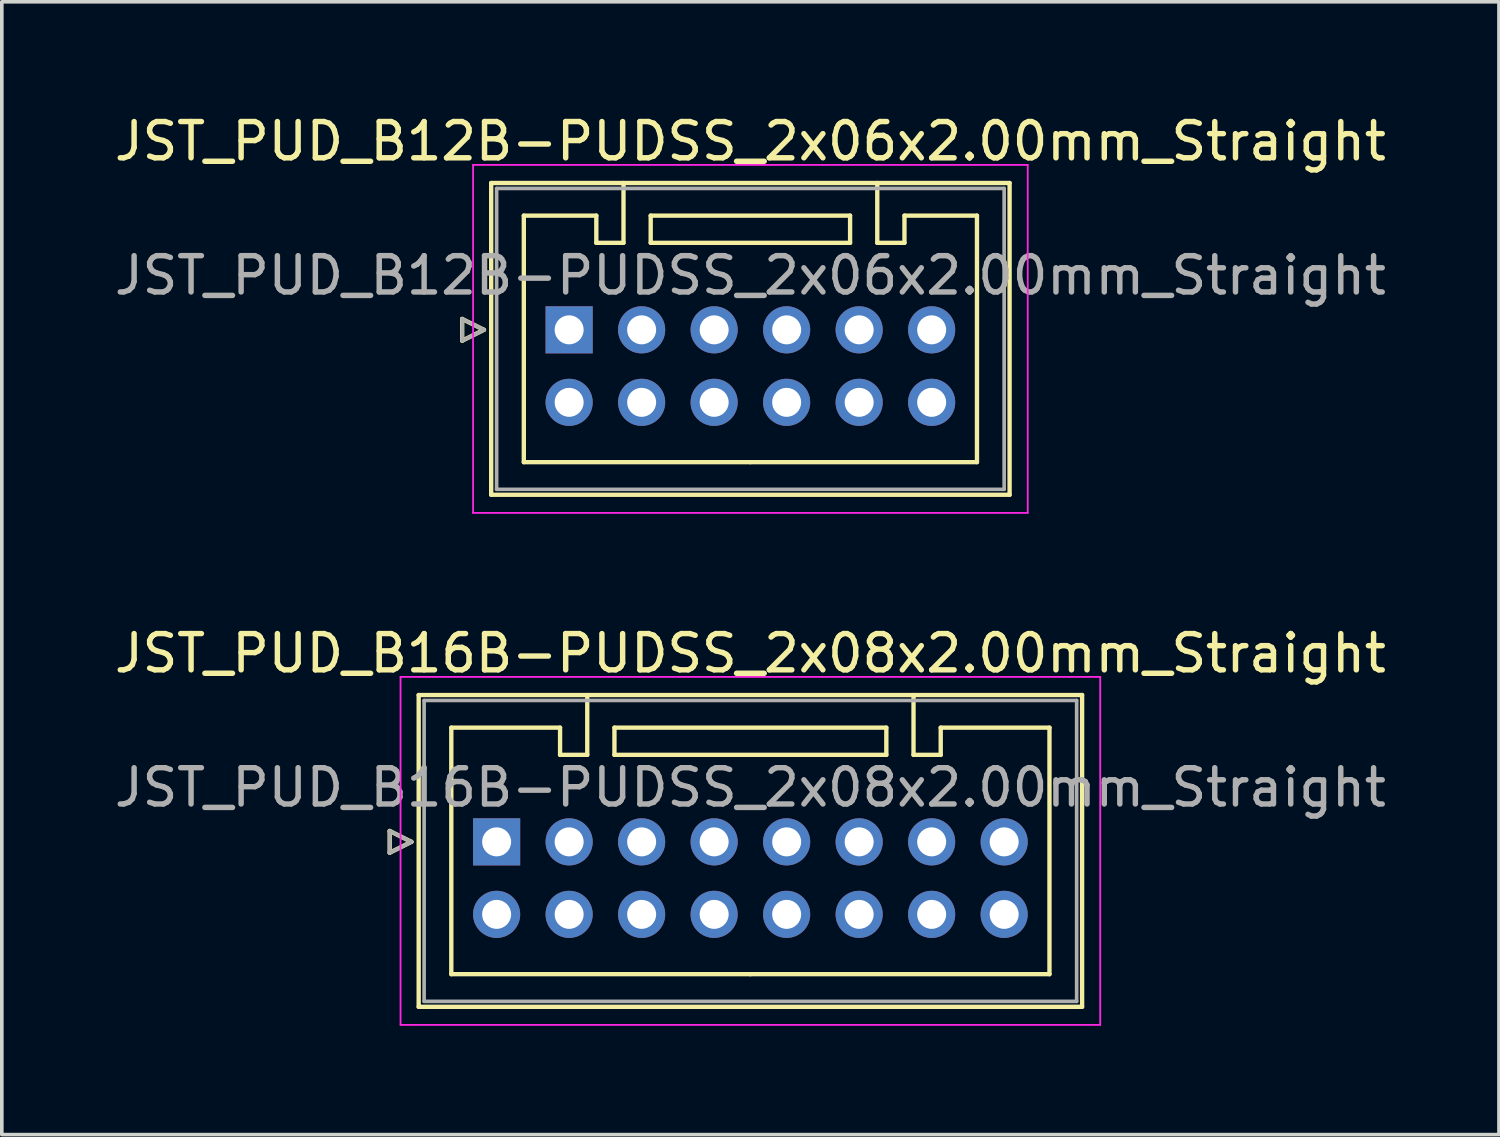
<source format=kicad_pcb>
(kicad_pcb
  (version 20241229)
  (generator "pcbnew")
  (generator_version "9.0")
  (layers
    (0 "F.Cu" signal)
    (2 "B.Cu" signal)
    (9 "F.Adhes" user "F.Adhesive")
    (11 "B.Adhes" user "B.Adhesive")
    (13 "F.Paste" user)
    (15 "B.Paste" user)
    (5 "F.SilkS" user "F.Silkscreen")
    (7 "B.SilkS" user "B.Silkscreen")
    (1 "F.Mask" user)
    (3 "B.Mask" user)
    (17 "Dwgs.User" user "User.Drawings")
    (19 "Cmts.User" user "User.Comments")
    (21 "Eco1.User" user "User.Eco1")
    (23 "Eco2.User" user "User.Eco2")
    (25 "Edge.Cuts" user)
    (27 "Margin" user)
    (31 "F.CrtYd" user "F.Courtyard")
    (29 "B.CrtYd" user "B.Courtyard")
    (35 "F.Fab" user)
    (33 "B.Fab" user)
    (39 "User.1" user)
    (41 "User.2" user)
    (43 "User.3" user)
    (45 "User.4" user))
  (footprint "JST_PUD_B16B-PUDSS_2x08x2.00mm_Straight"
    (layer "F.Cu")
    (at 10.649 20.172)
    (property "Reference" "JST_PUD_B16B-PUDSS_2x08x2.00mm_Straight" (at 7 -5.2 0) (layer "F.SilkS") (effects (font (size 1 1) (thickness 0.15))))
    (attr through_hole)
    (fp_line (start -2.95 -0.3) (end -2.35 0) (stroke (width 0.12) (type solid)) (layer "F.SilkS"))
    (fp_line (start -2.95 0.3) (end -2.95 -0.3) (stroke (width 0.12) (type solid)) (layer "F.SilkS"))
    (fp_line (start -2.35 0) (end -2.95 0.3) (stroke (width 0.12) (type solid)) (layer "F.SilkS"))
    (fp_line (start -2.15 -4.05) (end -2.15 4.55) (stroke (width 0.12) (type solid)) (layer "F.SilkS"))
    (fp_line (start -2.15 4.55) (end 16.15 4.55) (stroke (width 0.12) (type solid)) (layer "F.SilkS"))
    (fp_line (start -1.25 -3.15) (end -1.25 3.65) (stroke (width 0.12) (type solid)) (layer "F.SilkS"))
    (fp_line (start -1.25 3.65) (end 7 3.65) (stroke (width 0.12) (type solid)) (layer "F.SilkS"))
    (fp_line (start 1.75 -3.15) (end -1.25 -3.15) (stroke (width 0.12) (type solid)) (layer "F.SilkS"))
    (fp_line (start 1.75 -2.4) (end 1.75 -3.15) (stroke (width 0.12) (type solid)) (layer "F.SilkS"))
    (fp_line (start 2.5 -4.05) (end 2.5 -2.4) (stroke (width 0.12) (type solid)) (layer "F.SilkS"))
    (fp_line (start 2.5 -2.4) (end 1.75 -2.4) (stroke (width 0.12) (type solid)) (layer "F.SilkS"))
    (fp_line (start 3.25 -3.15) (end 3.25 -2.4) (stroke (width 0.12) (type solid)) (layer "F.SilkS"))
    (fp_line (start 3.25 -2.4) (end 10.75 -2.4) (stroke (width 0.12) (type solid)) (layer "F.SilkS"))
    (fp_line (start 10.75 -3.15) (end 3.25 -3.15) (stroke (width 0.12) (type solid)) (layer "F.SilkS"))
    (fp_line (start 10.75 -2.4) (end 10.75 -3.15) (stroke (width 0.12) (type solid)) (layer "F.SilkS"))
    (fp_line (start 11.5 -4.05) (end 11.5 -2.4) (stroke (width 0.12) (type solid)) (layer "F.SilkS"))
    (fp_line (start 11.5 -2.4) (end 12.25 -2.4) (stroke (width 0.12) (type solid)) (layer "F.SilkS"))
    (fp_line (start 12.25 -3.15) (end 15.25 -3.15) (stroke (width 0.12) (type solid)) (layer "F.SilkS"))
    (fp_line (start 12.25 -2.4) (end 12.25 -3.15) (stroke (width 0.12) (type solid)) (layer "F.SilkS"))
    (fp_line (start 15.25 -3.15) (end 15.25 3.65) (stroke (width 0.12) (type solid)) (layer "F.SilkS"))
    (fp_line (start 15.25 3.65) (end 7 3.65) (stroke (width 0.12) (type solid)) (layer "F.SilkS"))
    (fp_line (start 16.15 -4.05) (end -2.15 -4.05) (stroke (width 0.12) (type solid)) (layer "F.SilkS"))
    (fp_line (start 16.15 4.55) (end 16.15 -4.05) (stroke (width 0.12) (type solid)) (layer "F.SilkS"))
    (fp_line (start -2.65 -4.55) (end -2.65 5.05) (stroke (width 0.05) (type solid)) (layer "F.CrtYd"))
    (fp_line (start -2.65 5.05) (end 16.65 5.05) (stroke (width 0.05) (type solid)) (layer "F.CrtYd"))
    (fp_line (start 16.65 -4.55) (end -2.65 -4.55) (stroke (width 0.05) (type solid)) (layer "F.CrtYd"))
    (fp_line (start 16.65 5.05) (end 16.65 -4.55) (stroke (width 0.05) (type solid)) (layer "F.CrtYd"))
    (fp_line (start -2.95 -0.3) (end -2.35 0) (stroke (width 0.1) (type solid)) (layer "F.Fab"))
    (fp_line (start -2.95 0.3) (end -2.95 -0.3) (stroke (width 0.1) (type solid)) (layer "F.Fab"))
    (fp_line (start -2.35 0) (end -2.95 0.3) (stroke (width 0.1) (type solid)) (layer "F.Fab"))
    (fp_line (start -2 -3.9) (end -2 4.4) (stroke (width 0.1) (type solid)) (layer "F.Fab"))
    (fp_line (start -2 4.4) (end 16 4.4) (stroke (width 0.1) (type solid)) (layer "F.Fab"))
    (fp_line (start 16 -3.9) (end -2 -3.9) (stroke (width 0.1) (type solid)) (layer "F.Fab"))
    (fp_line (start 16 4.4) (end 16 -3.9) (stroke (width 0.1) (type solid)) (layer "F.Fab"))
    (fp_text user "${REFERENCE}" (at 7 -1.5 0) (layer "F.Fab") (effects (font (size 1 1) (thickness 0.15))))
    (pad "1" thru_hole rect (at 0 0) (size 1.3 1.3) (drill 0.8) (layers "*.Cu" "*.Mask"))
    (pad "2" thru_hole circle (at 0 2) (size 1.3 1.3) (drill 0.8) (layers "*.Cu" "*.Mask"))
    (pad "3" thru_hole circle (at 2 0) (size 1.3 1.3) (drill 0.8) (layers "*.Cu" "*.Mask"))
    (pad "4" thru_hole circle (at 2 2) (size 1.3 1.3) (drill 0.8) (layers "*.Cu" "*.Mask"))
    (pad "5" thru_hole circle (at 4 0) (size 1.3 1.3) (drill 0.8) (layers "*.Cu" "*.Mask"))
    (pad "6" thru_hole circle (at 4 2) (size 1.3 1.3) (drill 0.8) (layers "*.Cu" "*.Mask"))
    (pad "7" thru_hole circle (at 6 0) (size 1.3 1.3) (drill 0.8) (layers "*.Cu" "*.Mask"))
    (pad "8" thru_hole circle (at 6 2) (size 1.3 1.3) (drill 0.8) (layers "*.Cu" "*.Mask"))
    (pad "9" thru_hole circle (at 8 0) (size 1.3 1.3) (drill 0.8) (layers "*.Cu" "*.Mask"))
    (pad "10" thru_hole circle (at 8 2) (size 1.3 1.3) (drill 0.8) (layers "*.Cu" "*.Mask"))
    (pad "11" thru_hole circle (at 10 0) (size 1.3 1.3) (drill 0.8) (layers "*.Cu" "*.Mask"))
    (pad "12" thru_hole circle (at 10 2) (size 1.3 1.3) (drill 0.8) (layers "*.Cu" "*.Mask"))
    (pad "13" thru_hole circle (at 12 0) (size 1.3 1.3) (drill 0.8) (layers "*.Cu" "*.Mask"))
    (pad "14" thru_hole circle (at 12 2) (size 1.3 1.3) (drill 0.8) (layers "*.Cu" "*.Mask"))
    (pad "15" thru_hole circle (at 14 0) (size 1.3 1.3) (drill 0.8) (layers "*.Cu" "*.Mask"))
    (pad "16" thru_hole circle (at 14 2) (size 1.3 1.3) (drill 0.8) (layers "*.Cu" "*.Mask")))
  (footprint "JST_PUD_B12B-PUDSS_2x06x2.00mm_Straight"
    (layer "F.Cu")
    (at 12.649 6.048)
    (property "Reference" "JST_PUD_B12B-PUDSS_2x06x2.00mm_Straight" (at 5 -5.2 0) (layer "F.SilkS") (effects (font (size 1 1) (thickness 0.15))))
    (attr through_hole)
    (fp_line (start -2.95 -0.3) (end -2.35 0) (stroke (width 0.12) (type solid)) (layer "F.SilkS"))
    (fp_line (start -2.95 0.3) (end -2.95 -0.3) (stroke (width 0.12) (type solid)) (layer "F.SilkS"))
    (fp_line (start -2.35 0) (end -2.95 0.3) (stroke (width 0.12) (type solid)) (layer "F.SilkS"))
    (fp_line (start -2.15 -4.05) (end -2.15 4.55) (stroke (width 0.12) (type solid)) (layer "F.SilkS"))
    (fp_line (start -2.15 4.55) (end 12.15 4.55) (stroke (width 0.12) (type solid)) (layer "F.SilkS"))
    (fp_line (start -1.25 -3.15) (end -1.25 3.65) (stroke (width 0.12) (type solid)) (layer "F.SilkS"))
    (fp_line (start -1.25 3.65) (end 5 3.65) (stroke (width 0.12) (type solid)) (layer "F.SilkS"))
    (fp_line (start 0.75 -3.15) (end -1.25 -3.15) (stroke (width 0.12) (type solid)) (layer "F.SilkS"))
    (fp_line (start 0.75 -2.4) (end 0.75 -3.15) (stroke (width 0.12) (type solid)) (layer "F.SilkS"))
    (fp_line (start 1.5 -4.05) (end 1.5 -2.4) (stroke (width 0.12) (type solid)) (layer "F.SilkS"))
    (fp_line (start 1.5 -2.4) (end 0.75 -2.4) (stroke (width 0.12) (type solid)) (layer "F.SilkS"))
    (fp_line (start 2.25 -3.15) (end 2.25 -2.4) (stroke (width 0.12) (type solid)) (layer "F.SilkS"))
    (fp_line (start 2.25 -2.4) (end 7.75 -2.4) (stroke (width 0.12) (type solid)) (layer "F.SilkS"))
    (fp_line (start 7.75 -3.15) (end 2.25 -3.15) (stroke (width 0.12) (type solid)) (layer "F.SilkS"))
    (fp_line (start 7.75 -2.4) (end 7.75 -3.15) (stroke (width 0.12) (type solid)) (layer "F.SilkS"))
    (fp_line (start 8.5 -4.05) (end 8.5 -2.4) (stroke (width 0.12) (type solid)) (layer "F.SilkS"))
    (fp_line (start 8.5 -2.4) (end 9.25 -2.4) (stroke (width 0.12) (type solid)) (layer "F.SilkS"))
    (fp_line (start 9.25 -3.15) (end 11.25 -3.15) (stroke (width 0.12) (type solid)) (layer "F.SilkS"))
    (fp_line (start 9.25 -2.4) (end 9.25 -3.15) (stroke (width 0.12) (type solid)) (layer "F.SilkS"))
    (fp_line (start 11.25 -3.15) (end 11.25 3.65) (stroke (width 0.12) (type solid)) (layer "F.SilkS"))
    (fp_line (start 11.25 3.65) (end 5 3.65) (stroke (width 0.12) (type solid)) (layer "F.SilkS"))
    (fp_line (start 12.15 -4.05) (end -2.15 -4.05) (stroke (width 0.12) (type solid)) (layer "F.SilkS"))
    (fp_line (start 12.15 4.55) (end 12.15 -4.05) (stroke (width 0.12) (type solid)) (layer "F.SilkS"))
    (fp_line (start -2.65 -4.55) (end -2.65 5.05) (stroke (width 0.05) (type solid)) (layer "F.CrtYd"))
    (fp_line (start -2.65 5.05) (end 12.65 5.05) (stroke (width 0.05) (type solid)) (layer "F.CrtYd"))
    (fp_line (start 12.65 -4.55) (end -2.65 -4.55) (stroke (width 0.05) (type solid)) (layer "F.CrtYd"))
    (fp_line (start 12.65 5.05) (end 12.65 -4.55) (stroke (width 0.05) (type solid)) (layer "F.CrtYd"))
    (fp_line (start -2.95 -0.3) (end -2.35 0) (stroke (width 0.1) (type solid)) (layer "F.Fab"))
    (fp_line (start -2.95 0.3) (end -2.95 -0.3) (stroke (width 0.1) (type solid)) (layer "F.Fab"))
    (fp_line (start -2.35 0) (end -2.95 0.3) (stroke (width 0.1) (type solid)) (layer "F.Fab"))
    (fp_line (start -2 -3.9) (end -2 4.4) (stroke (width 0.1) (type solid)) (layer "F.Fab"))
    (fp_line (start -2 4.4) (end 12 4.4) (stroke (width 0.1) (type solid)) (layer "F.Fab"))
    (fp_line (start 12 -3.9) (end -2 -3.9) (stroke (width 0.1) (type solid)) (layer "F.Fab"))
    (fp_line (start 12 4.4) (end 12 -3.9) (stroke (width 0.1) (type solid)) (layer "F.Fab"))
    (fp_text user "${REFERENCE}" (at 5 -1.5 0) (layer "F.Fab") (effects (font (size 1 1) (thickness 0.15))))
    (pad "1" thru_hole rect (at 0 0) (size 1.3 1.3) (drill 0.8) (layers "*.Cu" "*.Mask"))
    (pad "2" thru_hole circle (at 0 2) (size 1.3 1.3) (drill 0.8) (layers "*.Cu" "*.Mask"))
    (pad "3" thru_hole circle (at 2 0) (size 1.3 1.3) (drill 0.8) (layers "*.Cu" "*.Mask"))
    (pad "4" thru_hole circle (at 2 2) (size 1.3 1.3) (drill 0.8) (layers "*.Cu" "*.Mask"))
    (pad "5" thru_hole circle (at 4 0) (size 1.3 1.3) (drill 0.8) (layers "*.Cu" "*.Mask"))
    (pad "6" thru_hole circle (at 4 2) (size 1.3 1.3) (drill 0.8) (layers "*.Cu" "*.Mask"))
    (pad "7" thru_hole circle (at 6 0) (size 1.3 1.3) (drill 0.8) (layers "*.Cu" "*.Mask"))
    (pad "8" thru_hole circle (at 6 2) (size 1.3 1.3) (drill 0.8) (layers "*.Cu" "*.Mask"))
    (pad "9" thru_hole circle (at 8 0) (size 1.3 1.3) (drill 0.8) (layers "*.Cu" "*.Mask"))
    (pad "10" thru_hole circle (at 8 2) (size 1.3 1.3) (drill 0.8) (layers "*.Cu" "*.Mask"))
    (pad "11" thru_hole circle (at 10 0) (size 1.3 1.3) (drill 0.8) (layers "*.Cu" "*.Mask"))
    (pad "12" thru_hole circle (at 10 2) (size 1.3 1.3) (drill 0.8) (layers "*.Cu" "*.Mask")))
  (gr_rect
    (start -3 -3)
    (end 38.298 28.247)
    (stroke (width 0.1) (type default))
    (fill no)
    (layer "Edge.Cuts")))
</source>
